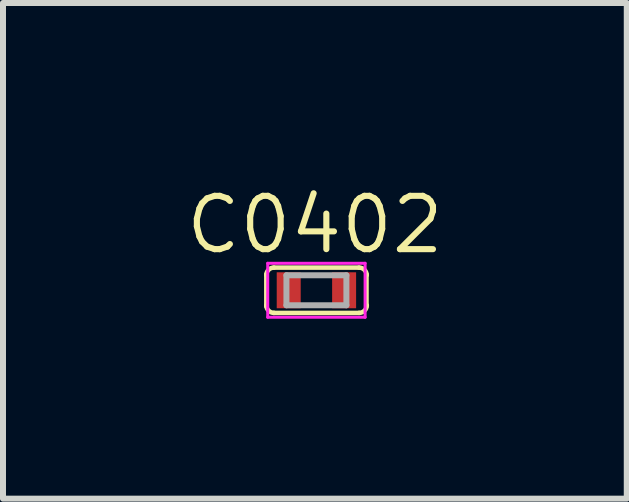
<source format=kicad_pcb>
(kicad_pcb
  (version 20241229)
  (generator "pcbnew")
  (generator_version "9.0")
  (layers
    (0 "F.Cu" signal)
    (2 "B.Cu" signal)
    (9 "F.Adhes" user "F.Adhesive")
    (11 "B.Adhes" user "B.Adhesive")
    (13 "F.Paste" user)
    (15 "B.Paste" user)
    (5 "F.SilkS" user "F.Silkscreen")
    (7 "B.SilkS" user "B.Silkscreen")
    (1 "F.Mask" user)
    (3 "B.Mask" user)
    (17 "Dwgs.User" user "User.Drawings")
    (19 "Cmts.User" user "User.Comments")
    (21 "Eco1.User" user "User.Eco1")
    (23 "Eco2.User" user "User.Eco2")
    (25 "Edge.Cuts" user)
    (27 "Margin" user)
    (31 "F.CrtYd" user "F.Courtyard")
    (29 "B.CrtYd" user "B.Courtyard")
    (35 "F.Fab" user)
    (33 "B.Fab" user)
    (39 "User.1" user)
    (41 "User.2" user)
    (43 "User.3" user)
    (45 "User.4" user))
  (footprint "C0402"
    (layer "F.Cu")
    (at 2.227 1.791)
    (property "Reference" "C0402" (at -0.025 -1.092 180) (layer "F.SilkS") (effects (font (size 0.889 0.889) (thickness 0.102))))
    (attr smd)
    (fp_line (start -0.835 0.267) (end -0.835 -0.267) (stroke (width 0.076) (type solid)) (layer "F.SilkS"))
    (fp_line (start -0.711 -0.378) (end 0.711 -0.378) (stroke (width 0.076) (type solid)) (layer "F.SilkS"))
    (fp_line (start 0.711 0.378) (end -0.711 0.378) (stroke (width 0.076) (type solid)) (layer "F.SilkS"))
    (fp_line (start 0.835 -0.267) (end 0.835 0.267) (stroke (width 0.076) (type solid)) (layer "F.SilkS"))
    (fp_arc (start -0.835176 -0.251439) (mid -0.797979 -0.341242) (end -0.708176 -0.378439) (stroke (width 0.0762) (type solid)) (layer "F.SilkS"))
    (fp_arc (start -0.708176 0.377) (mid -0.797979 0.339803) (end -0.835176 0.25) (stroke (width 0.0762) (type solid)) (layer "F.SilkS"))
    (fp_arc (start 0.7112 -0.378439) (mid 0.801003 -0.341242) (end 0.8382 -0.251439) (stroke (width 0.0762) (type solid)) (layer "F.SilkS"))
    (fp_arc (start 0.84 0.25) (mid 0.802803 0.339803) (end 0.713 0.377) (stroke (width 0.0762) (type solid)) (layer "F.SilkS"))
    (fp_line (start 0.51 -0.25) (end 0.52 0.26) (stroke (width 0.05) (type solid)) (layer "F.Paste"))
    (fp_line (start -0.812 -0.45) (end 0.812 -0.45) (stroke (width 0.05) (type solid)) (layer "F.CrtYd"))
    (fp_line (start -0.812 0.45) (end -0.812 -0.45) (stroke (width 0.05) (type solid)) (layer "F.CrtYd"))
    (fp_line (start 0.812 -0.45) (end 0.812 0.45) (stroke (width 0.05) (type solid)) (layer "F.CrtYd"))
    (fp_line (start 0.812 0.45) (end -0.812 0.45) (stroke (width 0.05) (type solid)) (layer "F.CrtYd"))
    (fp_line (start -0.5 -0.25) (end -0.5 0.25) (stroke (width 0.1) (type solid)) (layer "F.Fab"))
    (fp_line (start -0.5 -0.25) (end 0.5 -0.25) (stroke (width 0.1) (type solid)) (layer "F.Fab"))
    (fp_line (start -0.5 0.25) (end 0.5 0.25) (stroke (width 0.1) (type solid)) (layer "F.Fab"))
    (fp_line (start 0.5 -0.25) (end 0.5 0.25) (stroke (width 0.1) (type solid)) (layer "F.Fab"))
    (pad "1" smd rect (at -0.462 0) (size 0.4 0.6) (layers "F.Cu" "F.Mask" "F.Paste"))
    (pad "2" smd rect (at 0.462 0) (size 0.4 0.6) (layers "F.Cu" "F.Mask" "F.Paste")))
  (gr_rect
    (start -3 -3)
    (end 7.403 5.266)
    (stroke (width 0.1) (type default))
    (fill no)
    (layer "Edge.Cuts")))
</source>
